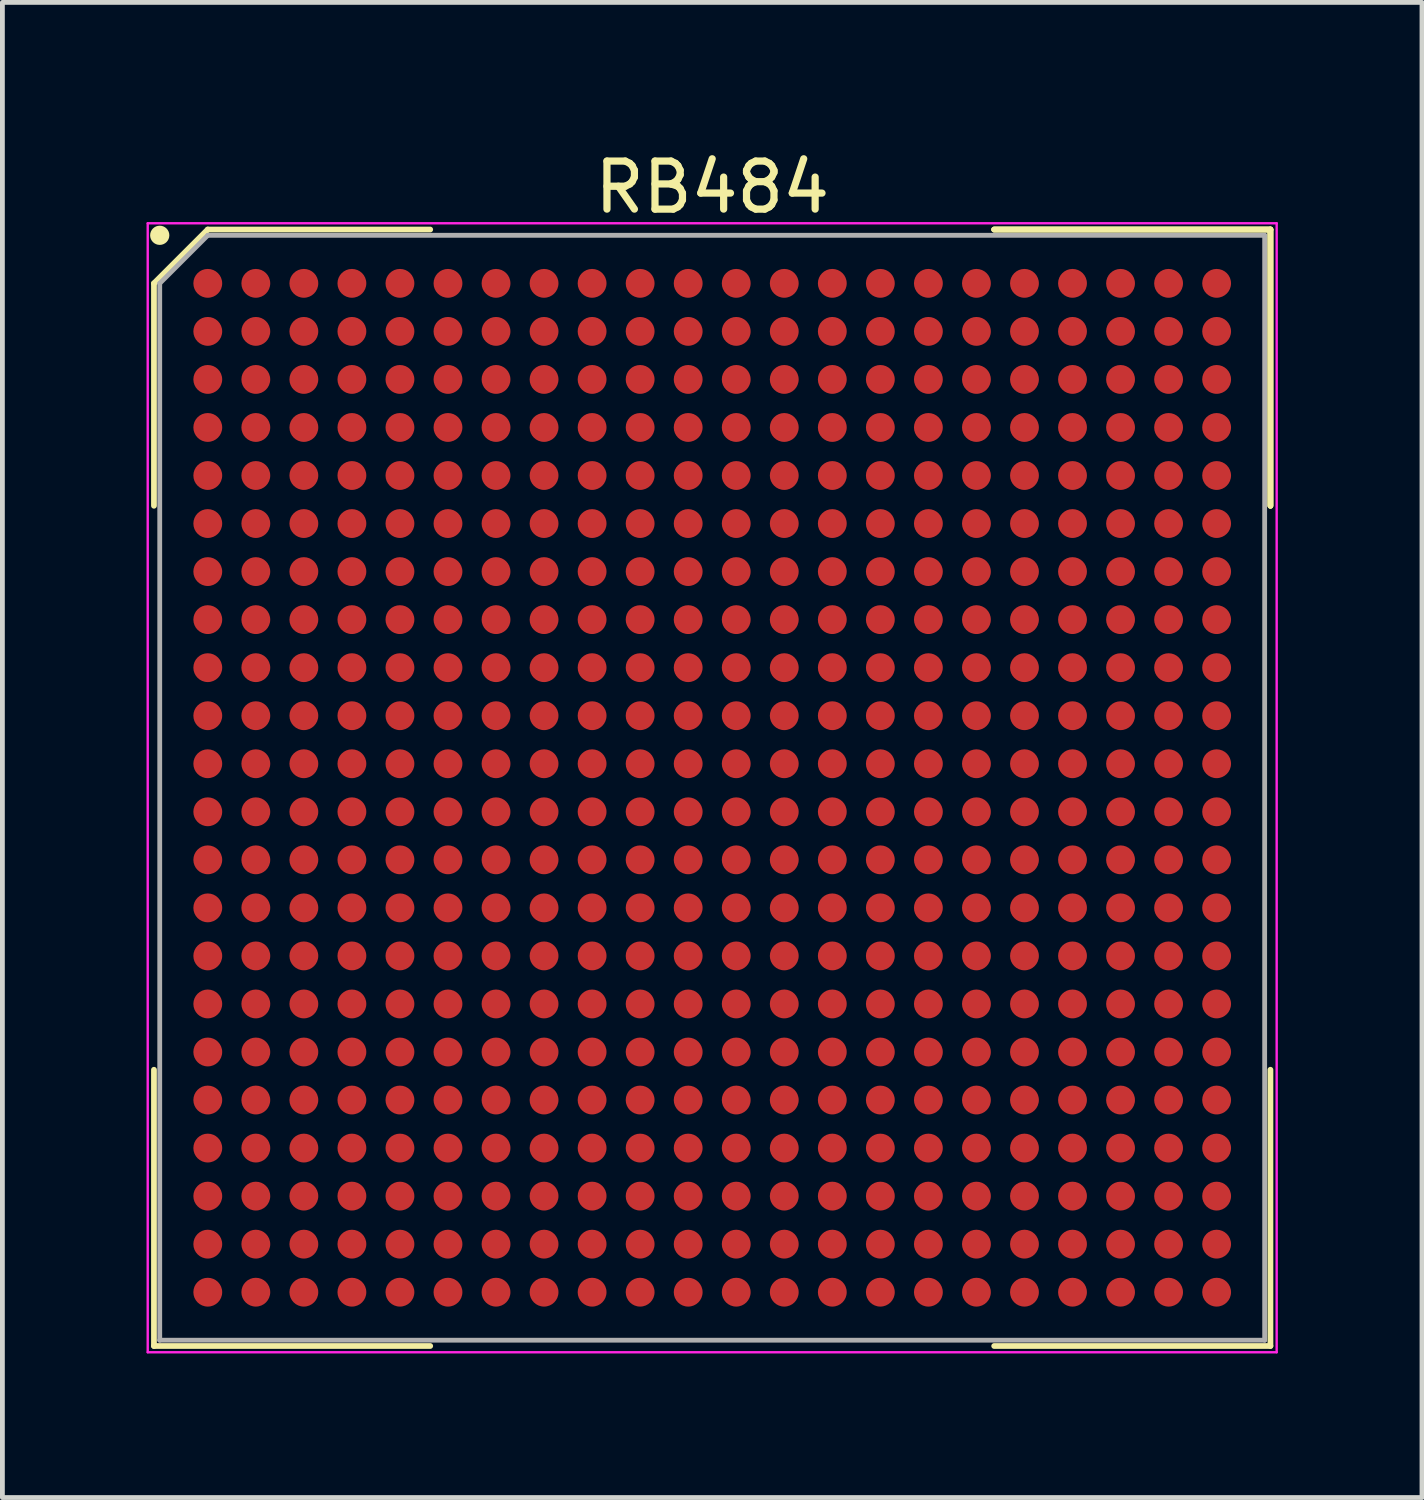
<source format=kicad_pcb>
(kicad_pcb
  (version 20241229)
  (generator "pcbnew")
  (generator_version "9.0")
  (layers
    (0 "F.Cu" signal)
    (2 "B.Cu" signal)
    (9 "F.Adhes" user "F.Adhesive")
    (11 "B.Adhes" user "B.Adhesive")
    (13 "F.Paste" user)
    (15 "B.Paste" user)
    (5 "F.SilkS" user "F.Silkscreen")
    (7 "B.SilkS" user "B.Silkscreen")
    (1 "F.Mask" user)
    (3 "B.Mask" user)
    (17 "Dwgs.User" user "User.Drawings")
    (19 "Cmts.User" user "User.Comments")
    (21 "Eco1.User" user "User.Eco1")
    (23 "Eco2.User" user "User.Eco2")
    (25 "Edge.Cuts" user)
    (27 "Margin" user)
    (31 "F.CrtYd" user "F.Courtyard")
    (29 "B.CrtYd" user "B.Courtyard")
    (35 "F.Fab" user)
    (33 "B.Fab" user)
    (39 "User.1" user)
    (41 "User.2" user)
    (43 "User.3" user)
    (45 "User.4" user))
  (footprint "RB484"
    (layer "F.Cu")
    (at 11.775 13.348)
    (property "Reference" "RB484" (at 0 -12.5 0) (layer "F.SilkS") (effects (font (size 1 1) (thickness 0.15))))
    (attr smd)
    (fp_line (start -11.62 -10.5) (end -11.62 -5.87) (stroke (width 0.12) (type solid)) (layer "F.SilkS"))
    (fp_line (start -11.62 11.62) (end -11.62 5.87) (stroke (width 0.12) (type solid)) (layer "F.SilkS"))
    (fp_line (start -10.5 -11.62) (end -11.62 -10.5) (stroke (width 0.12) (type solid)) (layer "F.SilkS"))
    (fp_line (start -5.87 -11.62) (end -10.5 -11.62) (stroke (width 0.12) (type solid)) (layer "F.SilkS"))
    (fp_line (start -5.87 11.62) (end -11.62 11.62) (stroke (width 0.12) (type solid)) (layer "F.SilkS"))
    (fp_line (start 5.87 -11.62) (end 11.62 -11.62) (stroke (width 0.12) (type solid)) (layer "F.SilkS"))
    (fp_line (start 5.87 -11.62) (end 11.62 -11.62) (stroke (width 0.12) (type solid)) (layer "F.SilkS"))
    (fp_line (start 5.87 -11.62) (end 11.62 -11.62) (stroke (width 0.12) (type solid)) (layer "F.SilkS"))
    (fp_line (start 5.87 11.62) (end 11.62 11.62) (stroke (width 0.12) (type solid)) (layer "F.SilkS"))
    (fp_line (start 11.62 -11.62) (end 11.62 -5.87) (stroke (width 0.12) (type solid)) (layer "F.SilkS"))
    (fp_line (start 11.62 -11.62) (end 11.62 -5.87) (stroke (width 0.12) (type solid)) (layer "F.SilkS"))
    (fp_line (start 11.62 -11.62) (end 11.62 -5.87) (stroke (width 0.12) (type solid)) (layer "F.SilkS"))
    (fp_line (start 11.62 11.62) (end 11.62 5.87) (stroke (width 0.12) (type solid)) (layer "F.SilkS"))
    (fp_circle (center -11.5 -11.5) (end -11.5 -11.4) (stroke (width 0.2) (type solid)) (fill no) (layer "F.SilkS"))
    (fp_line (start -11.75 -11.75) (end 11.75 -11.75) (stroke (width 0.05) (type solid)) (layer "F.CrtYd"))
    (fp_line (start -11.75 11.75) (end -11.75 -11.75) (stroke (width 0.05) (type solid)) (layer "F.CrtYd"))
    (fp_line (start 11.75 -11.75) (end 11.75 11.75) (stroke (width 0.05) (type solid)) (layer "F.CrtYd"))
    (fp_line (start 11.75 11.75) (end -11.75 11.75) (stroke (width 0.05) (type solid)) (layer "F.CrtYd"))
    (fp_line (start -11.5 -10.5) (end -11.5 11.5) (stroke (width 0.1) (type solid)) (layer "F.Fab"))
    (fp_line (start -11.5 11.5) (end 11.5 11.5) (stroke (width 0.1) (type solid)) (layer "F.Fab"))
    (fp_line (start -10.5 -11.5) (end -11.5 -10.5) (stroke (width 0.1) (type solid)) (layer "F.Fab"))
    (fp_line (start 11.5 -11.5) (end -10.5 -11.5) (stroke (width 0.1) (type solid)) (layer "F.Fab"))
    (fp_line (start 11.5 11.5) (end 11.5 -11.5) (stroke (width 0.1) (type solid)) (layer "F.Fab"))
    (pad "A1" smd circle (at -10.5 -10.5) (size 0.6 0.6) (layers "F.Cu" "F.Mask" "F.Paste"))
    (pad "A2" smd circle (at -9.5 -10.5) (size 0.6 0.6) (layers "F.Cu" "F.Mask" "F.Paste"))
    (pad "A3" smd circle (at -8.5 -10.5) (size 0.6 0.6) (layers "F.Cu" "F.Mask" "F.Paste"))
    (pad "A4" smd circle (at -7.5 -10.5) (size 0.6 0.6) (layers "F.Cu" "F.Mask" "F.Paste"))
    (pad "A5" smd circle (at -6.5 -10.5) (size 0.6 0.6) (layers "F.Cu" "F.Mask" "F.Paste"))
    (pad "A6" smd circle (at -5.5 -10.5) (size 0.6 0.6) (layers "F.Cu" "F.Mask" "F.Paste"))
    (pad "A7" smd circle (at -4.5 -10.5) (size 0.6 0.6) (layers "F.Cu" "F.Mask" "F.Paste"))
    (pad "A8" smd circle (at -3.5 -10.5) (size 0.6 0.6) (layers "F.Cu" "F.Mask" "F.Paste"))
    (pad "A9" smd circle (at -2.5 -10.5) (size 0.6 0.6) (layers "F.Cu" "F.Mask" "F.Paste"))
    (pad "A10" smd circle (at -1.5 -10.5) (size 0.6 0.6) (layers "F.Cu" "F.Mask" "F.Paste"))
    (pad "A11" smd circle (at -0.5 -10.5) (size 0.6 0.6) (layers "F.Cu" "F.Mask" "F.Paste"))
    (pad "A12" smd circle (at 0.5 -10.5) (size 0.6 0.6) (layers "F.Cu" "F.Mask" "F.Paste"))
    (pad "A13" smd circle (at 1.5 -10.5) (size 0.6 0.6) (layers "F.Cu" "F.Mask" "F.Paste"))
    (pad "A14" smd circle (at 2.5 -10.5) (size 0.6 0.6) (layers "F.Cu" "F.Mask" "F.Paste"))
    (pad "A15" smd circle (at 3.5 -10.5) (size 0.6 0.6) (layers "F.Cu" "F.Mask" "F.Paste"))
    (pad "A16" smd circle (at 4.5 -10.5) (size 0.6 0.6) (layers "F.Cu" "F.Mask" "F.Paste"))
    (pad "A17" smd circle (at 5.5 -10.5) (size 0.6 0.6) (layers "F.Cu" "F.Mask" "F.Paste"))
    (pad "A18" smd circle (at 6.5 -10.5) (size 0.6 0.6) (layers "F.Cu" "F.Mask" "F.Paste"))
    (pad "A19" smd circle (at 7.5 -10.5) (size 0.6 0.6) (layers "F.Cu" "F.Mask" "F.Paste"))
    (pad "A20" smd circle (at 8.5 -10.5) (size 0.6 0.6) (layers "F.Cu" "F.Mask" "F.Paste"))
    (pad "A21" smd circle (at 9.5 -10.5) (size 0.6 0.6) (layers "F.Cu" "F.Mask" "F.Paste"))
    (pad "A22" smd circle (at 10.5 -10.5) (size 0.6 0.6) (layers "F.Cu" "F.Mask" "F.Paste"))
    (pad "AA1" smd circle (at -10.5 9.5) (size 0.6 0.6) (layers "F.Cu" "F.Mask" "F.Paste"))
    (pad "AA2" smd circle (at -9.5 9.5) (size 0.6 0.6) (layers "F.Cu" "F.Mask" "F.Paste"))
    (pad "AA3" smd circle (at -8.5 9.5) (size 0.6 0.6) (layers "F.Cu" "F.Mask" "F.Paste"))
    (pad "AA4" smd circle (at -7.5 9.5) (size 0.6 0.6) (layers "F.Cu" "F.Mask" "F.Paste"))
    (pad "AA5" smd circle (at -6.5 9.5) (size 0.6 0.6) (layers "F.Cu" "F.Mask" "F.Paste"))
    (pad "AA6" smd circle (at -5.5 9.5) (size 0.6 0.6) (layers "F.Cu" "F.Mask" "F.Paste"))
    (pad "AA7" smd circle (at -4.5 9.5) (size 0.6 0.6) (layers "F.Cu" "F.Mask" "F.Paste"))
    (pad "AA8" smd circle (at -3.5 9.5) (size 0.6 0.6) (layers "F.Cu" "F.Mask" "F.Paste"))
    (pad "AA9" smd circle (at -2.5 9.5) (size 0.6 0.6) (layers "F.Cu" "F.Mask" "F.Paste"))
    (pad "AA10" smd circle (at -1.5 9.5) (size 0.6 0.6) (layers "F.Cu" "F.Mask" "F.Paste"))
    (pad "AA11" smd circle (at -0.5 9.5) (size 0.6 0.6) (layers "F.Cu" "F.Mask" "F.Paste"))
    (pad "AA12" smd circle (at 0.5 9.5) (size 0.6 0.6) (layers "F.Cu" "F.Mask" "F.Paste"))
    (pad "AA13" smd circle (at 1.5 9.5) (size 0.6 0.6) (layers "F.Cu" "F.Mask" "F.Paste"))
    (pad "AA14" smd circle (at 2.5 9.5) (size 0.6 0.6) (layers "F.Cu" "F.Mask" "F.Paste"))
    (pad "AA15" smd circle (at 3.5 9.5) (size 0.6 0.6) (layers "F.Cu" "F.Mask" "F.Paste"))
    (pad "AA16" smd circle (at 4.5 9.5) (size 0.6 0.6) (layers "F.Cu" "F.Mask" "F.Paste"))
    (pad "AA17" smd circle (at 5.5 9.5) (size 0.6 0.6) (layers "F.Cu" "F.Mask" "F.Paste"))
    (pad "AA18" smd circle (at 6.5 9.5) (size 0.6 0.6) (layers "F.Cu" "F.Mask" "F.Paste"))
    (pad "AA19" smd circle (at 7.5 9.5) (size 0.6 0.6) (layers "F.Cu" "F.Mask" "F.Paste"))
    (pad "AA20" smd circle (at 8.5 9.5) (size 0.6 0.6) (layers "F.Cu" "F.Mask" "F.Paste"))
    (pad "AA21" smd circle (at 9.5 9.5) (size 0.6 0.6) (layers "F.Cu" "F.Mask" "F.Paste"))
    (pad "AA22" smd circle (at 10.5 9.5) (size 0.6 0.6) (layers "F.Cu" "F.Mask" "F.Paste"))
    (pad "AB1" smd circle (at -10.5 10.5) (size 0.6 0.6) (layers "F.Cu" "F.Mask" "F.Paste"))
    (pad "AB2" smd circle (at -9.5 10.5) (size 0.6 0.6) (layers "F.Cu" "F.Mask" "F.Paste"))
    (pad "AB3" smd circle (at -8.5 10.5) (size 0.6 0.6) (layers "F.Cu" "F.Mask" "F.Paste"))
    (pad "AB4" smd circle (at -7.5 10.5) (size 0.6 0.6) (layers "F.Cu" "F.Mask" "F.Paste"))
    (pad "AB5" smd circle (at -6.5 10.5) (size 0.6 0.6) (layers "F.Cu" "F.Mask" "F.Paste"))
    (pad "AB6" smd circle (at -5.5 10.5) (size 0.6 0.6) (layers "F.Cu" "F.Mask" "F.Paste"))
    (pad "AB7" smd circle (at -4.5 10.5) (size 0.6 0.6) (layers "F.Cu" "F.Mask" "F.Paste"))
    (pad "AB8" smd circle (at -3.5 10.5) (size 0.6 0.6) (layers "F.Cu" "F.Mask" "F.Paste"))
    (pad "AB9" smd circle (at -2.5 10.5) (size 0.6 0.6) (layers "F.Cu" "F.Mask" "F.Paste"))
    (pad "AB10" smd circle (at -1.5 10.5) (size 0.6 0.6) (layers "F.Cu" "F.Mask" "F.Paste"))
    (pad "AB11" smd circle (at -0.5 10.5) (size 0.6 0.6) (layers "F.Cu" "F.Mask" "F.Paste"))
    (pad "AB12" smd circle (at 0.5 10.5) (size 0.6 0.6) (layers "F.Cu" "F.Mask" "F.Paste"))
    (pad "AB13" smd circle (at 1.5 10.5) (size 0.6 0.6) (layers "F.Cu" "F.Mask" "F.Paste"))
    (pad "AB14" smd circle (at 2.5 10.5) (size 0.6 0.6) (layers "F.Cu" "F.Mask" "F.Paste"))
    (pad "AB15" smd circle (at 3.5 10.5) (size 0.6 0.6) (layers "F.Cu" "F.Mask" "F.Paste"))
    (pad "AB16" smd circle (at 4.5 10.5) (size 0.6 0.6) (layers "F.Cu" "F.Mask" "F.Paste"))
    (pad "AB17" smd circle (at 5.5 10.5) (size 0.6 0.6) (layers "F.Cu" "F.Mask" "F.Paste"))
    (pad "AB18" smd circle (at 6.5 10.5) (size 0.6 0.6) (layers "F.Cu" "F.Mask" "F.Paste"))
    (pad "AB19" smd circle (at 7.5 10.5) (size 0.6 0.6) (layers "F.Cu" "F.Mask" "F.Paste"))
    (pad "AB20" smd circle (at 8.5 10.5) (size 0.6 0.6) (layers "F.Cu" "F.Mask" "F.Paste"))
    (pad "AB21" smd circle (at 9.5 10.5) (size 0.6 0.6) (layers "F.Cu" "F.Mask" "F.Paste"))
    (pad "AB22" smd circle (at 10.5 10.5) (size 0.6 0.6) (layers "F.Cu" "F.Mask" "F.Paste"))
    (pad "B1" smd circle (at -10.5 -9.5) (size 0.6 0.6) (layers "F.Cu" "F.Mask" "F.Paste"))
    (pad "B2" smd circle (at -9.5 -9.5) (size 0.6 0.6) (layers "F.Cu" "F.Mask" "F.Paste"))
    (pad "B3" smd circle (at -8.5 -9.5) (size 0.6 0.6) (layers "F.Cu" "F.Mask" "F.Paste"))
    (pad "B4" smd circle (at -7.5 -9.5) (size 0.6 0.6) (layers "F.Cu" "F.Mask" "F.Paste"))
    (pad "B5" smd circle (at -6.5 -9.5) (size 0.6 0.6) (layers "F.Cu" "F.Mask" "F.Paste"))
    (pad "B6" smd circle (at -5.5 -9.5) (size 0.6 0.6) (layers "F.Cu" "F.Mask" "F.Paste"))
    (pad "B7" smd circle (at -4.5 -9.5) (size 0.6 0.6) (layers "F.Cu" "F.Mask" "F.Paste"))
    (pad "B8" smd circle (at -3.5 -9.5) (size 0.6 0.6) (layers "F.Cu" "F.Mask" "F.Paste"))
    (pad "B9" smd circle (at -2.5 -9.5) (size 0.6 0.6) (layers "F.Cu" "F.Mask" "F.Paste"))
    (pad "B10" smd circle (at -1.5 -9.5) (size 0.6 0.6) (layers "F.Cu" "F.Mask" "F.Paste"))
    (pad "B11" smd circle (at -0.5 -9.5) (size 0.6 0.6) (layers "F.Cu" "F.Mask" "F.Paste"))
    (pad "B12" smd circle (at 0.5 -9.5) (size 0.6 0.6) (layers "F.Cu" "F.Mask" "F.Paste"))
    (pad "B13" smd circle (at 1.5 -9.5) (size 0.6 0.6) (layers "F.Cu" "F.Mask" "F.Paste"))
    (pad "B14" smd circle (at 2.5 -9.5) (size 0.6 0.6) (layers "F.Cu" "F.Mask" "F.Paste"))
    (pad "B15" smd circle (at 3.5 -9.5) (size 0.6 0.6) (layers "F.Cu" "F.Mask" "F.Paste"))
    (pad "B16" smd circle (at 4.5 -9.5) (size 0.6 0.6) (layers "F.Cu" "F.Mask" "F.Paste"))
    (pad "B17" smd circle (at 5.5 -9.5) (size 0.6 0.6) (layers "F.Cu" "F.Mask" "F.Paste"))
    (pad "B18" smd circle (at 6.5 -9.5) (size 0.6 0.6) (layers "F.Cu" "F.Mask" "F.Paste"))
    (pad "B19" smd circle (at 7.5 -9.5) (size 0.6 0.6) (layers "F.Cu" "F.Mask" "F.Paste"))
    (pad "B20" smd circle (at 8.5 -9.5) (size 0.6 0.6) (layers "F.Cu" "F.Mask" "F.Paste"))
    (pad "B21" smd circle (at 9.5 -9.5) (size 0.6 0.6) (layers "F.Cu" "F.Mask" "F.Paste"))
    (pad "B22" smd circle (at 10.5 -9.5) (size 0.6 0.6) (layers "F.Cu" "F.Mask" "F.Paste"))
    (pad "C1" smd circle (at -10.5 -8.5) (size 0.6 0.6) (layers "F.Cu" "F.Mask" "F.Paste"))
    (pad "C2" smd circle (at -9.5 -8.5) (size 0.6 0.6) (layers "F.Cu" "F.Mask" "F.Paste"))
    (pad "C3" smd circle (at -8.5 -8.5) (size 0.6 0.6) (layers "F.Cu" "F.Mask" "F.Paste"))
    (pad "C4" smd circle (at -7.5 -8.5) (size 0.6 0.6) (layers "F.Cu" "F.Mask" "F.Paste"))
    (pad "C5" smd circle (at -6.5 -8.5) (size 0.6 0.6) (layers "F.Cu" "F.Mask" "F.Paste"))
    (pad "C6" smd circle (at -5.5 -8.5) (size 0.6 0.6) (layers "F.Cu" "F.Mask" "F.Paste"))
    (pad "C7" smd circle (at -4.5 -8.5) (size 0.6 0.6) (layers "F.Cu" "F.Mask" "F.Paste"))
    (pad "C8" smd circle (at -3.5 -8.5) (size 0.6 0.6) (layers "F.Cu" "F.Mask" "F.Paste"))
    (pad "C9" smd circle (at -2.5 -8.5) (size 0.6 0.6) (layers "F.Cu" "F.Mask" "F.Paste"))
    (pad "C10" smd circle (at -1.5 -8.5) (size 0.6 0.6) (layers "F.Cu" "F.Mask" "F.Paste"))
    (pad "C11" smd circle (at -0.5 -8.5) (size 0.6 0.6) (layers "F.Cu" "F.Mask" "F.Paste"))
    (pad "C12" smd circle (at 0.5 -8.5) (size 0.6 0.6) (layers "F.Cu" "F.Mask" "F.Paste"))
    (pad "C13" smd circle (at 1.5 -8.5) (size 0.6 0.6) (layers "F.Cu" "F.Mask" "F.Paste"))
    (pad "C14" smd circle (at 2.5 -8.5) (size 0.6 0.6) (layers "F.Cu" "F.Mask" "F.Paste"))
    (pad "C15" smd circle (at 3.5 -8.5) (size 0.6 0.6) (layers "F.Cu" "F.Mask" "F.Paste"))
    (pad "C16" smd circle (at 4.5 -8.5) (size 0.6 0.6) (layers "F.Cu" "F.Mask" "F.Paste"))
    (pad "C17" smd circle (at 5.5 -8.5) (size 0.6 0.6) (layers "F.Cu" "F.Mask" "F.Paste"))
    (pad "C18" smd circle (at 6.5 -8.5) (size 0.6 0.6) (layers "F.Cu" "F.Mask" "F.Paste"))
    (pad "C19" smd circle (at 7.5 -8.5) (size 0.6 0.6) (layers "F.Cu" "F.Mask" "F.Paste"))
    (pad "C20" smd circle (at 8.5 -8.5) (size 0.6 0.6) (layers "F.Cu" "F.Mask" "F.Paste"))
    (pad "C21" smd circle (at 9.5 -8.5) (size 0.6 0.6) (layers "F.Cu" "F.Mask" "F.Paste"))
    (pad "C22" smd circle (at 10.5 -8.5) (size 0.6 0.6) (layers "F.Cu" "F.Mask" "F.Paste"))
    (pad "D1" smd circle (at -10.5 -7.5) (size 0.6 0.6) (layers "F.Cu" "F.Mask" "F.Paste"))
    (pad "D2" smd circle (at -9.5 -7.5) (size 0.6 0.6) (layers "F.Cu" "F.Mask" "F.Paste"))
    (pad "D3" smd circle (at -8.5 -7.5) (size 0.6 0.6) (layers "F.Cu" "F.Mask" "F.Paste"))
    (pad "D4" smd circle (at -7.5 -7.5) (size 0.6 0.6) (layers "F.Cu" "F.Mask" "F.Paste"))
    (pad "D5" smd circle (at -6.5 -7.5) (size 0.6 0.6) (layers "F.Cu" "F.Mask" "F.Paste"))
    (pad "D6" smd circle (at -5.5 -7.5) (size 0.6 0.6) (layers "F.Cu" "F.Mask" "F.Paste"))
    (pad "D7" smd circle (at -4.5 -7.5) (size 0.6 0.6) (layers "F.Cu" "F.Mask" "F.Paste"))
    (pad "D8" smd circle (at -3.5 -7.5) (size 0.6 0.6) (layers "F.Cu" "F.Mask" "F.Paste"))
    (pad "D9" smd circle (at -2.5 -7.5) (size 0.6 0.6) (layers "F.Cu" "F.Mask" "F.Paste"))
    (pad "D10" smd circle (at -1.5 -7.5) (size 0.6 0.6) (layers "F.Cu" "F.Mask" "F.Paste"))
    (pad "D11" smd circle (at -0.5 -7.5) (size 0.6 0.6) (layers "F.Cu" "F.Mask" "F.Paste"))
    (pad "D12" smd circle (at 0.5 -7.5) (size 0.6 0.6) (layers "F.Cu" "F.Mask" "F.Paste"))
    (pad "D13" smd circle (at 1.5 -7.5) (size 0.6 0.6) (layers "F.Cu" "F.Mask" "F.Paste"))
    (pad "D14" smd circle (at 2.5 -7.5) (size 0.6 0.6) (layers "F.Cu" "F.Mask" "F.Paste"))
    (pad "D15" smd circle (at 3.5 -7.5) (size 0.6 0.6) (layers "F.Cu" "F.Mask" "F.Paste"))
    (pad "D16" smd circle (at 4.5 -7.5) (size 0.6 0.6) (layers "F.Cu" "F.Mask" "F.Paste"))
    (pad "D17" smd circle (at 5.5 -7.5) (size 0.6 0.6) (layers "F.Cu" "F.Mask" "F.Paste"))
    (pad "D18" smd circle (at 6.5 -7.5) (size 0.6 0.6) (layers "F.Cu" "F.Mask" "F.Paste"))
    (pad "D19" smd circle (at 7.5 -7.5) (size 0.6 0.6) (layers "F.Cu" "F.Mask" "F.Paste"))
    (pad "D20" smd circle (at 8.5 -7.5) (size 0.6 0.6) (layers "F.Cu" "F.Mask" "F.Paste"))
    (pad "D21" smd circle (at 9.5 -7.5) (size 0.6 0.6) (layers "F.Cu" "F.Mask" "F.Paste"))
    (pad "D22" smd circle (at 10.5 -7.5) (size 0.6 0.6) (layers "F.Cu" "F.Mask" "F.Paste"))
    (pad "E1" smd circle (at -10.5 -6.5) (size 0.6 0.6) (layers "F.Cu" "F.Mask" "F.Paste"))
    (pad "E2" smd circle (at -9.5 -6.5) (size 0.6 0.6) (layers "F.Cu" "F.Mask" "F.Paste"))
    (pad "E3" smd circle (at -8.5 -6.5) (size 0.6 0.6) (layers "F.Cu" "F.Mask" "F.Paste"))
    (pad "E4" smd circle (at -7.5 -6.5) (size 0.6 0.6) (layers "F.Cu" "F.Mask" "F.Paste"))
    (pad "E5" smd circle (at -6.5 -6.5) (size 0.6 0.6) (layers "F.Cu" "F.Mask" "F.Paste"))
    (pad "E6" smd circle (at -5.5 -6.5) (size 0.6 0.6) (layers "F.Cu" "F.Mask" "F.Paste"))
    (pad "E7" smd circle (at -4.5 -6.5) (size 0.6 0.6) (layers "F.Cu" "F.Mask" "F.Paste"))
    (pad "E8" smd circle (at -3.5 -6.5) (size 0.6 0.6) (layers "F.Cu" "F.Mask" "F.Paste"))
    (pad "E9" smd circle (at -2.5 -6.5) (size 0.6 0.6) (layers "F.Cu" "F.Mask" "F.Paste"))
    (pad "E10" smd circle (at -1.5 -6.5) (size 0.6 0.6) (layers "F.Cu" "F.Mask" "F.Paste"))
    (pad "E11" smd circle (at -0.5 -6.5) (size 0.6 0.6) (layers "F.Cu" "F.Mask" "F.Paste"))
    (pad "E12" smd circle (at 0.5 -6.5) (size 0.6 0.6) (layers "F.Cu" "F.Mask" "F.Paste"))
    (pad "E13" smd circle (at 1.5 -6.5) (size 0.6 0.6) (layers "F.Cu" "F.Mask" "F.Paste"))
    (pad "E14" smd circle (at 2.5 -6.5) (size 0.6 0.6) (layers "F.Cu" "F.Mask" "F.Paste"))
    (pad "E15" smd circle (at 3.5 -6.5) (size 0.6 0.6) (layers "F.Cu" "F.Mask" "F.Paste"))
    (pad "E16" smd circle (at 4.5 -6.5) (size 0.6 0.6) (layers "F.Cu" "F.Mask" "F.Paste"))
    (pad "E17" smd circle (at 5.5 -6.5) (size 0.6 0.6) (layers "F.Cu" "F.Mask" "F.Paste"))
    (pad "E18" smd circle (at 6.5 -6.5) (size 0.6 0.6) (layers "F.Cu" "F.Mask" "F.Paste"))
    (pad "E19" smd circle (at 7.5 -6.5) (size 0.6 0.6) (layers "F.Cu" "F.Mask" "F.Paste"))
    (pad "E20" smd circle (at 8.5 -6.5) (size 0.6 0.6) (layers "F.Cu" "F.Mask" "F.Paste"))
    (pad "E21" smd circle (at 9.5 -6.5) (size 0.6 0.6) (layers "F.Cu" "F.Mask" "F.Paste"))
    (pad "E22" smd circle (at 10.5 -6.5) (size 0.6 0.6) (layers "F.Cu" "F.Mask" "F.Paste"))
    (pad "F1" smd circle (at -10.5 -5.5) (size 0.6 0.6) (layers "F.Cu" "F.Mask" "F.Paste"))
    (pad "F2" smd circle (at -9.5 -5.5) (size 0.6 0.6) (layers "F.Cu" "F.Mask" "F.Paste"))
    (pad "F3" smd circle (at -8.5 -5.5) (size 0.6 0.6) (layers "F.Cu" "F.Mask" "F.Paste"))
    (pad "F4" smd circle (at -7.5 -5.5) (size 0.6 0.6) (layers "F.Cu" "F.Mask" "F.Paste"))
    (pad "F5" smd circle (at -6.5 -5.5) (size 0.6 0.6) (layers "F.Cu" "F.Mask" "F.Paste"))
    (pad "F6" smd circle (at -5.5 -5.5) (size 0.6 0.6) (layers "F.Cu" "F.Mask" "F.Paste"))
    (pad "F7" smd circle (at -4.5 -5.5) (size 0.6 0.6) (layers "F.Cu" "F.Mask" "F.Paste"))
    (pad "F8" smd circle (at -3.5 -5.5) (size 0.6 0.6) (layers "F.Cu" "F.Mask" "F.Paste"))
    (pad "F9" smd circle (at -2.5 -5.5) (size 0.6 0.6) (layers "F.Cu" "F.Mask" "F.Paste"))
    (pad "F10" smd circle (at -1.5 -5.5) (size 0.6 0.6) (layers "F.Cu" "F.Mask" "F.Paste"))
    (pad "F11" smd circle (at -0.5 -5.5) (size 0.6 0.6) (layers "F.Cu" "F.Mask" "F.Paste"))
    (pad "F12" smd circle (at 0.5 -5.5) (size 0.6 0.6) (layers "F.Cu" "F.Mask" "F.Paste"))
    (pad "F13" smd circle (at 1.5 -5.5) (size 0.6 0.6) (layers "F.Cu" "F.Mask" "F.Paste"))
    (pad "F14" smd circle (at 2.5 -5.5) (size 0.6 0.6) (layers "F.Cu" "F.Mask" "F.Paste"))
    (pad "F15" smd circle (at 3.5 -5.5) (size 0.6 0.6) (layers "F.Cu" "F.Mask" "F.Paste"))
    (pad "F16" smd circle (at 4.5 -5.5) (size 0.6 0.6) (layers "F.Cu" "F.Mask" "F.Paste"))
    (pad "F17" smd circle (at 5.5 -5.5) (size 0.6 0.6) (layers "F.Cu" "F.Mask" "F.Paste"))
    (pad "F18" smd circle (at 6.5 -5.5) (size 0.6 0.6) (layers "F.Cu" "F.Mask" "F.Paste"))
    (pad "F19" smd circle (at 7.5 -5.5) (size 0.6 0.6) (layers "F.Cu" "F.Mask" "F.Paste"))
    (pad "F20" smd circle (at 8.5 -5.5) (size 0.6 0.6) (layers "F.Cu" "F.Mask" "F.Paste"))
    (pad "F21" smd circle (at 9.5 -5.5) (size 0.6 0.6) (layers "F.Cu" "F.Mask" "F.Paste"))
    (pad "F22" smd circle (at 10.5 -5.5) (size 0.6 0.6) (layers "F.Cu" "F.Mask" "F.Paste"))
    (pad "G1" smd circle (at -10.5 -4.5) (size 0.6 0.6) (layers "F.Cu" "F.Mask" "F.Paste"))
    (pad "G2" smd circle (at -9.5 -4.5) (size 0.6 0.6) (layers "F.Cu" "F.Mask" "F.Paste"))
    (pad "G3" smd circle (at -8.5 -4.5) (size 0.6 0.6) (layers "F.Cu" "F.Mask" "F.Paste"))
    (pad "G4" smd circle (at -7.5 -4.5) (size 0.6 0.6) (layers "F.Cu" "F.Mask" "F.Paste"))
    (pad "G5" smd circle (at -6.5 -4.5) (size 0.6 0.6) (layers "F.Cu" "F.Mask" "F.Paste"))
    (pad "G6" smd circle (at -5.5 -4.5) (size 0.6 0.6) (layers "F.Cu" "F.Mask" "F.Paste"))
    (pad "G7" smd circle (at -4.5 -4.5) (size 0.6 0.6) (layers "F.Cu" "F.Mask" "F.Paste"))
    (pad "G8" smd circle (at -3.5 -4.5) (size 0.6 0.6) (layers "F.Cu" "F.Mask" "F.Paste"))
    (pad "G9" smd circle (at -2.5 -4.5) (size 0.6 0.6) (layers "F.Cu" "F.Mask" "F.Paste"))
    (pad "G10" smd circle (at -1.5 -4.5) (size 0.6 0.6) (layers "F.Cu" "F.Mask" "F.Paste"))
    (pad "G11" smd circle (at -0.5 -4.5) (size 0.6 0.6) (layers "F.Cu" "F.Mask" "F.Paste"))
    (pad "G12" smd circle (at 0.5 -4.5) (size 0.6 0.6) (layers "F.Cu" "F.Mask" "F.Paste"))
    (pad "G13" smd circle (at 1.5 -4.5) (size 0.6 0.6) (layers "F.Cu" "F.Mask" "F.Paste"))
    (pad "G14" smd circle (at 2.5 -4.5) (size 0.6 0.6) (layers "F.Cu" "F.Mask" "F.Paste"))
    (pad "G15" smd circle (at 3.5 -4.5) (size 0.6 0.6) (layers "F.Cu" "F.Mask" "F.Paste"))
    (pad "G16" smd circle (at 4.5 -4.5) (size 0.6 0.6) (layers "F.Cu" "F.Mask" "F.Paste"))
    (pad "G17" smd circle (at 5.5 -4.5) (size 0.6 0.6) (layers "F.Cu" "F.Mask" "F.Paste"))
    (pad "G18" smd circle (at 6.5 -4.5) (size 0.6 0.6) (layers "F.Cu" "F.Mask" "F.Paste"))
    (pad "G19" smd circle (at 7.5 -4.5) (size 0.6 0.6) (layers "F.Cu" "F.Mask" "F.Paste"))
    (pad "G20" smd circle (at 8.5 -4.5) (size 0.6 0.6) (layers "F.Cu" "F.Mask" "F.Paste"))
    (pad "G21" smd circle (at 9.5 -4.5) (size 0.6 0.6) (layers "F.Cu" "F.Mask" "F.Paste"))
    (pad "G22" smd circle (at 10.5 -4.5) (size 0.6 0.6) (layers "F.Cu" "F.Mask" "F.Paste"))
    (pad "H1" smd circle (at -10.5 -3.5) (size 0.6 0.6) (layers "F.Cu" "F.Mask" "F.Paste"))
    (pad "H2" smd circle (at -9.5 -3.5) (size 0.6 0.6) (layers "F.Cu" "F.Mask" "F.Paste"))
    (pad "H3" smd circle (at -8.5 -3.5) (size 0.6 0.6) (layers "F.Cu" "F.Mask" "F.Paste"))
    (pad "H4" smd circle (at -7.5 -3.5) (size 0.6 0.6) (layers "F.Cu" "F.Mask" "F.Paste"))
    (pad "H5" smd circle (at -6.5 -3.5) (size 0.6 0.6) (layers "F.Cu" "F.Mask" "F.Paste"))
    (pad "H6" smd circle (at -5.5 -3.5) (size 0.6 0.6) (layers "F.Cu" "F.Mask" "F.Paste"))
    (pad "H7" smd circle (at -4.5 -3.5) (size 0.6 0.6) (layers "F.Cu" "F.Mask" "F.Paste"))
    (pad "H8" smd circle (at -3.5 -3.5) (size 0.6 0.6) (layers "F.Cu" "F.Mask" "F.Paste"))
    (pad "H9" smd circle (at -2.5 -3.5) (size 0.6 0.6) (layers "F.Cu" "F.Mask" "F.Paste"))
    (pad "H10" smd circle (at -1.5 -3.5) (size 0.6 0.6) (layers "F.Cu" "F.Mask" "F.Paste"))
    (pad "H11" smd circle (at -0.5 -3.5) (size 0.6 0.6) (layers "F.Cu" "F.Mask" "F.Paste"))
    (pad "H12" smd circle (at 0.5 -3.5) (size 0.6 0.6) (layers "F.Cu" "F.Mask" "F.Paste"))
    (pad "H13" smd circle (at 1.5 -3.5) (size 0.6 0.6) (layers "F.Cu" "F.Mask" "F.Paste"))
    (pad "H14" smd circle (at 2.5 -3.5) (size 0.6 0.6) (layers "F.Cu" "F.Mask" "F.Paste"))
    (pad "H15" smd circle (at 3.5 -3.5) (size 0.6 0.6) (layers "F.Cu" "F.Mask" "F.Paste"))
    (pad "H16" smd circle (at 4.5 -3.5) (size 0.6 0.6) (layers "F.Cu" "F.Mask" "F.Paste"))
    (pad "H17" smd circle (at 5.5 -3.5) (size 0.6 0.6) (layers "F.Cu" "F.Mask" "F.Paste"))
    (pad "H18" smd circle (at 6.5 -3.5) (size 0.6 0.6) (layers "F.Cu" "F.Mask" "F.Paste"))
    (pad "H19" smd circle (at 7.5 -3.5) (size 0.6 0.6) (layers "F.Cu" "F.Mask" "F.Paste"))
    (pad "H20" smd circle (at 8.5 -3.5) (size 0.6 0.6) (layers "F.Cu" "F.Mask" "F.Paste"))
    (pad "H21" smd circle (at 9.5 -3.5) (size 0.6 0.6) (layers "F.Cu" "F.Mask" "F.Paste"))
    (pad "H22" smd circle (at 10.5 -3.5) (size 0.6 0.6) (layers "F.Cu" "F.Mask" "F.Paste"))
    (pad "J1" smd circle (at -10.5 -2.5) (size 0.6 0.6) (layers "F.Cu" "F.Mask" "F.Paste"))
    (pad "J2" smd circle (at -9.5 -2.5) (size 0.6 0.6) (layers "F.Cu" "F.Mask" "F.Paste"))
    (pad "J3" smd circle (at -8.5 -2.5) (size 0.6 0.6) (layers "F.Cu" "F.Mask" "F.Paste"))
    (pad "J4" smd circle (at -7.5 -2.5) (size 0.6 0.6) (layers "F.Cu" "F.Mask" "F.Paste"))
    (pad "J5" smd circle (at -6.5 -2.5) (size 0.6 0.6) (layers "F.Cu" "F.Mask" "F.Paste"))
    (pad "J6" smd circle (at -5.5 -2.5) (size 0.6 0.6) (layers "F.Cu" "F.Mask" "F.Paste"))
    (pad "J7" smd circle (at -4.5 -2.5) (size 0.6 0.6) (layers "F.Cu" "F.Mask" "F.Paste"))
    (pad "J8" smd circle (at -3.5 -2.5) (size 0.6 0.6) (layers "F.Cu" "F.Mask" "F.Paste"))
    (pad "J9" smd circle (at -2.5 -2.5) (size 0.6 0.6) (layers "F.Cu" "F.Mask" "F.Paste"))
    (pad "J10" smd circle (at -1.5 -2.5) (size 0.6 0.6) (layers "F.Cu" "F.Mask" "F.Paste"))
    (pad "J11" smd circle (at -0.5 -2.5) (size 0.6 0.6) (layers "F.Cu" "F.Mask" "F.Paste"))
    (pad "J12" smd circle (at 0.5 -2.5) (size 0.6 0.6) (layers "F.Cu" "F.Mask" "F.Paste"))
    (pad "J13" smd circle (at 1.5 -2.5) (size 0.6 0.6) (layers "F.Cu" "F.Mask" "F.Paste"))
    (pad "J14" smd circle (at 2.5 -2.5) (size 0.6 0.6) (layers "F.Cu" "F.Mask" "F.Paste"))
    (pad "J15" smd circle (at 3.5 -2.5) (size 0.6 0.6) (layers "F.Cu" "F.Mask" "F.Paste"))
    (pad "J16" smd circle (at 4.5 -2.5) (size 0.6 0.6) (layers "F.Cu" "F.Mask" "F.Paste"))
    (pad "J17" smd circle (at 5.5 -2.5) (size 0.6 0.6) (layers "F.Cu" "F.Mask" "F.Paste"))
    (pad "J18" smd circle (at 6.5 -2.5) (size 0.6 0.6) (layers "F.Cu" "F.Mask" "F.Paste"))
    (pad "J19" smd circle (at 7.5 -2.5) (size 0.6 0.6) (layers "F.Cu" "F.Mask" "F.Paste"))
    (pad "J20" smd circle (at 8.5 -2.5) (size 0.6 0.6) (layers "F.Cu" "F.Mask" "F.Paste"))
    (pad "J21" smd circle (at 9.5 -2.5) (size 0.6 0.6) (layers "F.Cu" "F.Mask" "F.Paste"))
    (pad "J22" smd circle (at 10.5 -2.5) (size 0.6 0.6) (layers "F.Cu" "F.Mask" "F.Paste"))
    (pad "K1" smd circle (at -10.5 -1.5) (size 0.6 0.6) (layers "F.Cu" "F.Mask" "F.Paste"))
    (pad "K2" smd circle (at -9.5 -1.5) (size 0.6 0.6) (layers "F.Cu" "F.Mask" "F.Paste"))
    (pad "K3" smd circle (at -8.5 -1.5) (size 0.6 0.6) (layers "F.Cu" "F.Mask" "F.Paste"))
    (pad "K4" smd circle (at -7.5 -1.5) (size 0.6 0.6) (layers "F.Cu" "F.Mask" "F.Paste"))
    (pad "K5" smd circle (at -6.5 -1.5) (size 0.6 0.6) (layers "F.Cu" "F.Mask" "F.Paste"))
    (pad "K6" smd circle (at -5.5 -1.5) (size 0.6 0.6) (layers "F.Cu" "F.Mask" "F.Paste"))
    (pad "K7" smd circle (at -4.5 -1.5) (size 0.6 0.6) (layers "F.Cu" "F.Mask" "F.Paste"))
    (pad "K8" smd circle (at -3.5 -1.5) (size 0.6 0.6) (layers "F.Cu" "F.Mask" "F.Paste"))
    (pad "K9" smd circle (at -2.5 -1.5) (size 0.6 0.6) (layers "F.Cu" "F.Mask" "F.Paste"))
    (pad "K10" smd circle (at -1.5 -1.5) (size 0.6 0.6) (layers "F.Cu" "F.Mask" "F.Paste"))
    (pad "K11" smd circle (at -0.5 -1.5) (size 0.6 0.6) (layers "F.Cu" "F.Mask" "F.Paste"))
    (pad "K12" smd circle (at 0.5 -1.5) (size 0.6 0.6) (layers "F.Cu" "F.Mask" "F.Paste"))
    (pad "K13" smd circle (at 1.5 -1.5) (size 0.6 0.6) (layers "F.Cu" "F.Mask" "F.Paste"))
    (pad "K14" smd circle (at 2.5 -1.5) (size 0.6 0.6) (layers "F.Cu" "F.Mask" "F.Paste"))
    (pad "K15" smd circle (at 3.5 -1.5) (size 0.6 0.6) (layers "F.Cu" "F.Mask" "F.Paste"))
    (pad "K16" smd circle (at 4.5 -1.5) (size 0.6 0.6) (layers "F.Cu" "F.Mask" "F.Paste"))
    (pad "K17" smd circle (at 5.5 -1.5) (size 0.6 0.6) (layers "F.Cu" "F.Mask" "F.Paste"))
    (pad "K18" smd circle (at 6.5 -1.5) (size 0.6 0.6) (layers "F.Cu" "F.Mask" "F.Paste"))
    (pad "K19" smd circle (at 7.5 -1.5) (size 0.6 0.6) (layers "F.Cu" "F.Mask" "F.Paste"))
    (pad "K20" smd circle (at 8.5 -1.5) (size 0.6 0.6) (layers "F.Cu" "F.Mask" "F.Paste"))
    (pad "K21" smd circle (at 9.5 -1.5) (size 0.6 0.6) (layers "F.Cu" "F.Mask" "F.Paste"))
    (pad "K22" smd circle (at 10.5 -1.5) (size 0.6 0.6) (layers "F.Cu" "F.Mask" "F.Paste"))
    (pad "L1" smd circle (at -10.5 -0.5) (size 0.6 0.6) (layers "F.Cu" "F.Mask" "F.Paste"))
    (pad "L2" smd circle (at -9.5 -0.5) (size 0.6 0.6) (layers "F.Cu" "F.Mask" "F.Paste"))
    (pad "L3" smd circle (at -8.5 -0.5) (size 0.6 0.6) (layers "F.Cu" "F.Mask" "F.Paste"))
    (pad "L4" smd circle (at -7.5 -0.5) (size 0.6 0.6) (layers "F.Cu" "F.Mask" "F.Paste"))
    (pad "L5" smd circle (at -6.5 -0.5) (size 0.6 0.6) (layers "F.Cu" "F.Mask" "F.Paste"))
    (pad "L6" smd circle (at -5.5 -0.5) (size 0.6 0.6) (layers "F.Cu" "F.Mask" "F.Paste"))
    (pad "L7" smd circle (at -4.5 -0.5) (size 0.6 0.6) (layers "F.Cu" "F.Mask" "F.Paste"))
    (pad "L8" smd circle (at -3.5 -0.5) (size 0.6 0.6) (layers "F.Cu" "F.Mask" "F.Paste"))
    (pad "L9" smd circle (at -2.5 -0.5) (size 0.6 0.6) (layers "F.Cu" "F.Mask" "F.Paste"))
    (pad "L10" smd circle (at -1.5 -0.5) (size 0.6 0.6) (layers "F.Cu" "F.Mask" "F.Paste"))
    (pad "L11" smd circle (at -0.5 -0.5) (size 0.6 0.6) (layers "F.Cu" "F.Mask" "F.Paste"))
    (pad "L12" smd circle (at 0.5 -0.5) (size 0.6 0.6) (layers "F.Cu" "F.Mask" "F.Paste"))
    (pad "L13" smd circle (at 1.5 -0.5) (size 0.6 0.6) (layers "F.Cu" "F.Mask" "F.Paste"))
    (pad "L14" smd circle (at 2.5 -0.5) (size 0.6 0.6) (layers "F.Cu" "F.Mask" "F.Paste"))
    (pad "L15" smd circle (at 3.5 -0.5) (size 0.6 0.6) (layers "F.Cu" "F.Mask" "F.Paste"))
    (pad "L16" smd circle (at 4.5 -0.5) (size 0.6 0.6) (layers "F.Cu" "F.Mask" "F.Paste"))
    (pad "L17" smd circle (at 5.5 -0.5) (size 0.6 0.6) (layers "F.Cu" "F.Mask" "F.Paste"))
    (pad "L18" smd circle (at 6.5 -0.5) (size 0.6 0.6) (layers "F.Cu" "F.Mask" "F.Paste"))
    (pad "L19" smd circle (at 7.5 -0.5) (size 0.6 0.6) (layers "F.Cu" "F.Mask" "F.Paste"))
    (pad "L20" smd circle (at 8.5 -0.5) (size 0.6 0.6) (layers "F.Cu" "F.Mask" "F.Paste"))
    (pad "L21" smd circle (at 9.5 -0.5) (size 0.6 0.6) (layers "F.Cu" "F.Mask" "F.Paste"))
    (pad "L22" smd circle (at 10.5 -0.5) (size 0.6 0.6) (layers "F.Cu" "F.Mask" "F.Paste"))
    (pad "M1" smd circle (at -10.5 0.5) (size 0.6 0.6) (layers "F.Cu" "F.Mask" "F.Paste"))
    (pad "M2" smd circle (at -9.5 0.5) (size 0.6 0.6) (layers "F.Cu" "F.Mask" "F.Paste"))
    (pad "M3" smd circle (at -8.5 0.5) (size 0.6 0.6) (layers "F.Cu" "F.Mask" "F.Paste"))
    (pad "M4" smd circle (at -7.5 0.5) (size 0.6 0.6) (layers "F.Cu" "F.Mask" "F.Paste"))
    (pad "M5" smd circle (at -6.5 0.5) (size 0.6 0.6) (layers "F.Cu" "F.Mask" "F.Paste"))
    (pad "M6" smd circle (at -5.5 0.5) (size 0.6 0.6) (layers "F.Cu" "F.Mask" "F.Paste"))
    (pad "M7" smd circle (at -4.5 0.5) (size 0.6 0.6) (layers "F.Cu" "F.Mask" "F.Paste"))
    (pad "M8" smd circle (at -3.5 0.5) (size 0.6 0.6) (layers "F.Cu" "F.Mask" "F.Paste"))
    (pad "M9" smd circle (at -2.5 0.5) (size 0.6 0.6) (layers "F.Cu" "F.Mask" "F.Paste"))
    (pad "M10" smd circle (at -1.5 0.5) (size 0.6 0.6) (layers "F.Cu" "F.Mask" "F.Paste"))
    (pad "M11" smd circle (at -0.5 0.5) (size 0.6 0.6) (layers "F.Cu" "F.Mask" "F.Paste"))
    (pad "M12" smd circle (at 0.5 0.5) (size 0.6 0.6) (layers "F.Cu" "F.Mask" "F.Paste"))
    (pad "M13" smd circle (at 1.5 0.5) (size 0.6 0.6) (layers "F.Cu" "F.Mask" "F.Paste"))
    (pad "M14" smd circle (at 2.5 0.5) (size 0.6 0.6) (layers "F.Cu" "F.Mask" "F.Paste"))
    (pad "M15" smd circle (at 3.5 0.5) (size 0.6 0.6) (layers "F.Cu" "F.Mask" "F.Paste"))
    (pad "M16" smd circle (at 4.5 0.5) (size 0.6 0.6) (layers "F.Cu" "F.Mask" "F.Paste"))
    (pad "M17" smd circle (at 5.5 0.5) (size 0.6 0.6) (layers "F.Cu" "F.Mask" "F.Paste"))
    (pad "M18" smd circle (at 6.5 0.5) (size 0.6 0.6) (layers "F.Cu" "F.Mask" "F.Paste"))
    (pad "M19" smd circle (at 7.5 0.5) (size 0.6 0.6) (layers "F.Cu" "F.Mask" "F.Paste"))
    (pad "M20" smd circle (at 8.5 0.5) (size 0.6 0.6) (layers "F.Cu" "F.Mask" "F.Paste"))
    (pad "M21" smd circle (at 9.5 0.5) (size 0.6 0.6) (layers "F.Cu" "F.Mask" "F.Paste"))
    (pad "M22" smd circle (at 10.5 0.5) (size 0.6 0.6) (layers "F.Cu" "F.Mask" "F.Paste"))
    (pad "N1" smd circle (at -10.5 1.5) (size 0.6 0.6) (layers "F.Cu" "F.Mask" "F.Paste"))
    (pad "N2" smd circle (at -9.5 1.5) (size 0.6 0.6) (layers "F.Cu" "F.Mask" "F.Paste"))
    (pad "N3" smd circle (at -8.5 1.5) (size 0.6 0.6) (layers "F.Cu" "F.Mask" "F.Paste"))
    (pad "N4" smd circle (at -7.5 1.5) (size 0.6 0.6) (layers "F.Cu" "F.Mask" "F.Paste"))
    (pad "N5" smd circle (at -6.5 1.5) (size 0.6 0.6) (layers "F.Cu" "F.Mask" "F.Paste"))
    (pad "N6" smd circle (at -5.5 1.5) (size 0.6 0.6) (layers "F.Cu" "F.Mask" "F.Paste"))
    (pad "N7" smd circle (at -4.5 1.5) (size 0.6 0.6) (layers "F.Cu" "F.Mask" "F.Paste"))
    (pad "N8" smd circle (at -3.5 1.5) (size 0.6 0.6) (layers "F.Cu" "F.Mask" "F.Paste"))
    (pad "N9" smd circle (at -2.5 1.5) (size 0.6 0.6) (layers "F.Cu" "F.Mask" "F.Paste"))
    (pad "N10" smd circle (at -1.5 1.5) (size 0.6 0.6) (layers "F.Cu" "F.Mask" "F.Paste"))
    (pad "N11" smd circle (at -0.5 1.5) (size 0.6 0.6) (layers "F.Cu" "F.Mask" "F.Paste"))
    (pad "N12" smd circle (at 0.5 1.5) (size 0.6 0.6) (layers "F.Cu" "F.Mask" "F.Paste"))
    (pad "N13" smd circle (at 1.5 1.5) (size 0.6 0.6) (layers "F.Cu" "F.Mask" "F.Paste"))
    (pad "N14" smd circle (at 2.5 1.5) (size 0.6 0.6) (layers "F.Cu" "F.Mask" "F.Paste"))
    (pad "N15" smd circle (at 3.5 1.5) (size 0.6 0.6) (layers "F.Cu" "F.Mask" "F.Paste"))
    (pad "N16" smd circle (at 4.5 1.5) (size 0.6 0.6) (layers "F.Cu" "F.Mask" "F.Paste"))
    (pad "N17" smd circle (at 5.5 1.5) (size 0.6 0.6) (layers "F.Cu" "F.Mask" "F.Paste"))
    (pad "N18" smd circle (at 6.5 1.5) (size 0.6 0.6) (layers "F.Cu" "F.Mask" "F.Paste"))
    (pad "N19" smd circle (at 7.5 1.5) (size 0.6 0.6) (layers "F.Cu" "F.Mask" "F.Paste"))
    (pad "N20" smd circle (at 8.5 1.5) (size 0.6 0.6) (layers "F.Cu" "F.Mask" "F.Paste"))
    (pad "N21" smd circle (at 9.5 1.5) (size 0.6 0.6) (layers "F.Cu" "F.Mask" "F.Paste"))
    (pad "N22" smd circle (at 10.5 1.5) (size 0.6 0.6) (layers "F.Cu" "F.Mask" "F.Paste"))
    (pad "P1" smd circle (at -10.5 2.5) (size 0.6 0.6) (layers "F.Cu" "F.Mask" "F.Paste"))
    (pad "P2" smd circle (at -9.5 2.5) (size 0.6 0.6) (layers "F.Cu" "F.Mask" "F.Paste"))
    (pad "P3" smd circle (at -8.5 2.5) (size 0.6 0.6) (layers "F.Cu" "F.Mask" "F.Paste"))
    (pad "P4" smd circle (at -7.5 2.5) (size 0.6 0.6) (layers "F.Cu" "F.Mask" "F.Paste"))
    (pad "P5" smd circle (at -6.5 2.5) (size 0.6 0.6) (layers "F.Cu" "F.Mask" "F.Paste"))
    (pad "P6" smd circle (at -5.5 2.5) (size 0.6 0.6) (layers "F.Cu" "F.Mask" "F.Paste"))
    (pad "P7" smd circle (at -4.5 2.5) (size 0.6 0.6) (layers "F.Cu" "F.Mask" "F.Paste"))
    (pad "P8" smd circle (at -3.5 2.5) (size 0.6 0.6) (layers "F.Cu" "F.Mask" "F.Paste"))
    (pad "P9" smd circle (at -2.5 2.5) (size 0.6 0.6) (layers "F.Cu" "F.Mask" "F.Paste"))
    (pad "P10" smd circle (at -1.5 2.5) (size 0.6 0.6) (layers "F.Cu" "F.Mask" "F.Paste"))
    (pad "P11" smd circle (at -0.5 2.5) (size 0.6 0.6) (layers "F.Cu" "F.Mask" "F.Paste"))
    (pad "P12" smd circle (at 0.5 2.5) (size 0.6 0.6) (layers "F.Cu" "F.Mask" "F.Paste"))
    (pad "P13" smd circle (at 1.5 2.5) (size 0.6 0.6) (layers "F.Cu" "F.Mask" "F.Paste"))
    (pad "P14" smd circle (at 2.5 2.5) (size 0.6 0.6) (layers "F.Cu" "F.Mask" "F.Paste"))
    (pad "P15" smd circle (at 3.5 2.5) (size 0.6 0.6) (layers "F.Cu" "F.Mask" "F.Paste"))
    (pad "P16" smd circle (at 4.5 2.5) (size 0.6 0.6) (layers "F.Cu" "F.Mask" "F.Paste"))
    (pad "P17" smd circle (at 5.5 2.5) (size 0.6 0.6) (layers "F.Cu" "F.Mask" "F.Paste"))
    (pad "P18" smd circle (at 6.5 2.5) (size 0.6 0.6) (layers "F.Cu" "F.Mask" "F.Paste"))
    (pad "P19" smd circle (at 7.5 2.5) (size 0.6 0.6) (layers "F.Cu" "F.Mask" "F.Paste"))
    (pad "P20" smd circle (at 8.5 2.5) (size 0.6 0.6) (layers "F.Cu" "F.Mask" "F.Paste"))
    (pad "P21" smd circle (at 9.5 2.5) (size 0.6 0.6) (layers "F.Cu" "F.Mask" "F.Paste"))
    (pad "P22" smd circle (at 10.5 2.5) (size 0.6 0.6) (layers "F.Cu" "F.Mask" "F.Paste"))
    (pad "R1" smd circle (at -10.5 3.5) (size 0.6 0.6) (layers "F.Cu" "F.Mask" "F.Paste"))
    (pad "R2" smd circle (at -9.5 3.5) (size 0.6 0.6) (layers "F.Cu" "F.Mask" "F.Paste"))
    (pad "R3" smd circle (at -8.5 3.5) (size 0.6 0.6) (layers "F.Cu" "F.Mask" "F.Paste"))
    (pad "R4" smd circle (at -7.5 3.5) (size 0.6 0.6) (layers "F.Cu" "F.Mask" "F.Paste"))
    (pad "R5" smd circle (at -6.5 3.5) (size 0.6 0.6) (layers "F.Cu" "F.Mask" "F.Paste"))
    (pad "R6" smd circle (at -5.5 3.5) (size 0.6 0.6) (layers "F.Cu" "F.Mask" "F.Paste"))
    (pad "R7" smd circle (at -4.5 3.5) (size 0.6 0.6) (layers "F.Cu" "F.Mask" "F.Paste"))
    (pad "R8" smd circle (at -3.5 3.5) (size 0.6 0.6) (layers "F.Cu" "F.Mask" "F.Paste"))
    (pad "R9" smd circle (at -2.5 3.5) (size 0.6 0.6) (layers "F.Cu" "F.Mask" "F.Paste"))
    (pad "R10" smd circle (at -1.5 3.5) (size 0.6 0.6) (layers "F.Cu" "F.Mask" "F.Paste"))
    (pad "R11" smd circle (at -0.5 3.5) (size 0.6 0.6) (layers "F.Cu" "F.Mask" "F.Paste"))
    (pad "R12" smd circle (at 0.5 3.5) (size 0.6 0.6) (layers "F.Cu" "F.Mask" "F.Paste"))
    (pad "R13" smd circle (at 1.5 3.5) (size 0.6 0.6) (layers "F.Cu" "F.Mask" "F.Paste"))
    (pad "R14" smd circle (at 2.5 3.5) (size 0.6 0.6) (layers "F.Cu" "F.Mask" "F.Paste"))
    (pad "R15" smd circle (at 3.5 3.5) (size 0.6 0.6) (layers "F.Cu" "F.Mask" "F.Paste"))
    (pad "R16" smd circle (at 4.5 3.5) (size 0.6 0.6) (layers "F.Cu" "F.Mask" "F.Paste"))
    (pad "R17" smd circle (at 5.5 3.5) (size 0.6 0.6) (layers "F.Cu" "F.Mask" "F.Paste"))
    (pad "R18" smd circle (at 6.5 3.5) (size 0.6 0.6) (layers "F.Cu" "F.Mask" "F.Paste"))
    (pad "R19" smd circle (at 7.5 3.5) (size 0.6 0.6) (layers "F.Cu" "F.Mask" "F.Paste"))
    (pad "R20" smd circle (at 8.5 3.5) (size 0.6 0.6) (layers "F.Cu" "F.Mask" "F.Paste"))
    (pad "R21" smd circle (at 9.5 3.5) (size 0.6 0.6) (layers "F.Cu" "F.Mask" "F.Paste"))
    (pad "R22" smd circle (at 10.5 3.5) (size 0.6 0.6) (layers "F.Cu" "F.Mask" "F.Paste"))
    (pad "T1" smd circle (at -10.5 4.5) (size 0.6 0.6) (layers "F.Cu" "F.Mask" "F.Paste"))
    (pad "T2" smd circle (at -9.5 4.5) (size 0.6 0.6) (layers "F.Cu" "F.Mask" "F.Paste"))
    (pad "T3" smd circle (at -8.5 4.5) (size 0.6 0.6) (layers "F.Cu" "F.Mask" "F.Paste"))
    (pad "T4" smd circle (at -7.5 4.5) (size 0.6 0.6) (layers "F.Cu" "F.Mask" "F.Paste"))
    (pad "T5" smd circle (at -6.5 4.5) (size 0.6 0.6) (layers "F.Cu" "F.Mask" "F.Paste"))
    (pad "T6" smd circle (at -5.5 4.5) (size 0.6 0.6) (layers "F.Cu" "F.Mask" "F.Paste"))
    (pad "T7" smd circle (at -4.5 4.5) (size 0.6 0.6) (layers "F.Cu" "F.Mask" "F.Paste"))
    (pad "T8" smd circle (at -3.5 4.5) (size 0.6 0.6) (layers "F.Cu" "F.Mask" "F.Paste"))
    (pad "T9" smd circle (at -2.5 4.5) (size 0.6 0.6) (layers "F.Cu" "F.Mask" "F.Paste"))
    (pad "T10" smd circle (at -1.5 4.5) (size 0.6 0.6) (layers "F.Cu" "F.Mask" "F.Paste"))
    (pad "T11" smd circle (at -0.5 4.5) (size 0.6 0.6) (layers "F.Cu" "F.Mask" "F.Paste"))
    (pad "T12" smd circle (at 0.5 4.5) (size 0.6 0.6) (layers "F.Cu" "F.Mask" "F.Paste"))
    (pad "T13" smd circle (at 1.5 4.5) (size 0.6 0.6) (layers "F.Cu" "F.Mask" "F.Paste"))
    (pad "T14" smd circle (at 2.5 4.5) (size 0.6 0.6) (layers "F.Cu" "F.Mask" "F.Paste"))
    (pad "T15" smd circle (at 3.5 4.5) (size 0.6 0.6) (layers "F.Cu" "F.Mask" "F.Paste"))
    (pad "T16" smd circle (at 4.5 4.5) (size 0.6 0.6) (layers "F.Cu" "F.Mask" "F.Paste"))
    (pad "T17" smd circle (at 5.5 4.5) (size 0.6 0.6) (layers "F.Cu" "F.Mask" "F.Paste"))
    (pad "T18" smd circle (at 6.5 4.5) (size 0.6 0.6) (layers "F.Cu" "F.Mask" "F.Paste"))
    (pad "T19" smd circle (at 7.5 4.5) (size 0.6 0.6) (layers "F.Cu" "F.Mask" "F.Paste"))
    (pad "T20" smd circle (at 8.5 4.5) (size 0.6 0.6) (layers "F.Cu" "F.Mask" "F.Paste"))
    (pad "T21" smd circle (at 9.5 4.5) (size 0.6 0.6) (layers "F.Cu" "F.Mask" "F.Paste"))
    (pad "T22" smd circle (at 10.5 4.5) (size 0.6 0.6) (layers "F.Cu" "F.Mask" "F.Paste"))
    (pad "U1" smd circle (at -10.5 5.5) (size 0.6 0.6) (layers "F.Cu" "F.Mask" "F.Paste"))
    (pad "U2" smd circle (at -9.5 5.5) (size 0.6 0.6) (layers "F.Cu" "F.Mask" "F.Paste"))
    (pad "U3" smd circle (at -8.5 5.5) (size 0.6 0.6) (layers "F.Cu" "F.Mask" "F.Paste"))
    (pad "U4" smd circle (at -7.5 5.5) (size 0.6 0.6) (layers "F.Cu" "F.Mask" "F.Paste"))
    (pad "U5" smd circle (at -6.5 5.5) (size 0.6 0.6) (layers "F.Cu" "F.Mask" "F.Paste"))
    (pad "U6" smd circle (at -5.5 5.5) (size 0.6 0.6) (layers "F.Cu" "F.Mask" "F.Paste"))
    (pad "U7" smd circle (at -4.5 5.5) (size 0.6 0.6) (layers "F.Cu" "F.Mask" "F.Paste"))
    (pad "U8" smd circle (at -3.5 5.5) (size 0.6 0.6) (layers "F.Cu" "F.Mask" "F.Paste"))
    (pad "U9" smd circle (at -2.5 5.5) (size 0.6 0.6) (layers "F.Cu" "F.Mask" "F.Paste"))
    (pad "U10" smd circle (at -1.5 5.5) (size 0.6 0.6) (layers "F.Cu" "F.Mask" "F.Paste"))
    (pad "U11" smd circle (at -0.5 5.5) (size 0.6 0.6) (layers "F.Cu" "F.Mask" "F.Paste"))
    (pad "U12" smd circle (at 0.5 5.5) (size 0.6 0.6) (layers "F.Cu" "F.Mask" "F.Paste"))
    (pad "U13" smd circle (at 1.5 5.5) (size 0.6 0.6) (layers "F.Cu" "F.Mask" "F.Paste"))
    (pad "U14" smd circle (at 2.5 5.5) (size 0.6 0.6) (layers "F.Cu" "F.Mask" "F.Paste"))
    (pad "U15" smd circle (at 3.5 5.5) (size 0.6 0.6) (layers "F.Cu" "F.Mask" "F.Paste"))
    (pad "U16" smd circle (at 4.5 5.5) (size 0.6 0.6) (layers "F.Cu" "F.Mask" "F.Paste"))
    (pad "U17" smd circle (at 5.5 5.5) (size 0.6 0.6) (layers "F.Cu" "F.Mask" "F.Paste"))
    (pad "U18" smd circle (at 6.5 5.5) (size 0.6 0.6) (layers "F.Cu" "F.Mask" "F.Paste"))
    (pad "U19" smd circle (at 7.5 5.5) (size 0.6 0.6) (layers "F.Cu" "F.Mask" "F.Paste"))
    (pad "U20" smd circle (at 8.5 5.5) (size 0.6 0.6) (layers "F.Cu" "F.Mask" "F.Paste"))
    (pad "U21" smd circle (at 9.5 5.5) (size 0.6 0.6) (layers "F.Cu" "F.Mask" "F.Paste"))
    (pad "U22" smd circle (at 10.5 5.5) (size 0.6 0.6) (layers "F.Cu" "F.Mask" "F.Paste"))
    (pad "V1" smd circle (at -10.5 6.5) (size 0.6 0.6) (layers "F.Cu" "F.Mask" "F.Paste"))
    (pad "V2" smd circle (at -9.5 6.5) (size 0.6 0.6) (layers "F.Cu" "F.Mask" "F.Paste"))
    (pad "V3" smd circle (at -8.5 6.5) (size 0.6 0.6) (layers "F.Cu" "F.Mask" "F.Paste"))
    (pad "V4" smd circle (at -7.5 6.5) (size 0.6 0.6) (layers "F.Cu" "F.Mask" "F.Paste"))
    (pad "V5" smd circle (at -6.5 6.5) (size 0.6 0.6) (layers "F.Cu" "F.Mask" "F.Paste"))
    (pad "V6" smd circle (at -5.5 6.5) (size 0.6 0.6) (layers "F.Cu" "F.Mask" "F.Paste"))
    (pad "V7" smd circle (at -4.5 6.5) (size 0.6 0.6) (layers "F.Cu" "F.Mask" "F.Paste"))
    (pad "V8" smd circle (at -3.5 6.5) (size 0.6 0.6) (layers "F.Cu" "F.Mask" "F.Paste"))
    (pad "V9" smd circle (at -2.5 6.5) (size 0.6 0.6) (layers "F.Cu" "F.Mask" "F.Paste"))
    (pad "V10" smd circle (at -1.5 6.5) (size 0.6 0.6) (layers "F.Cu" "F.Mask" "F.Paste"))
    (pad "V11" smd circle (at -0.5 6.5) (size 0.6 0.6) (layers "F.Cu" "F.Mask" "F.Paste"))
    (pad "V12" smd circle (at 0.5 6.5) (size 0.6 0.6) (layers "F.Cu" "F.Mask" "F.Paste"))
    (pad "V13" smd circle (at 1.5 6.5) (size 0.6 0.6) (layers "F.Cu" "F.Mask" "F.Paste"))
    (pad "V14" smd circle (at 2.5 6.5) (size 0.6 0.6) (layers "F.Cu" "F.Mask" "F.Paste"))
    (pad "V15" smd circle (at 3.5 6.5) (size 0.6 0.6) (layers "F.Cu" "F.Mask" "F.Paste"))
    (pad "V16" smd circle (at 4.5 6.5) (size 0.6 0.6) (layers "F.Cu" "F.Mask" "F.Paste"))
    (pad "V17" smd circle (at 5.5 6.5) (size 0.6 0.6) (layers "F.Cu" "F.Mask" "F.Paste"))
    (pad "V18" smd circle (at 6.5 6.5) (size 0.6 0.6) (layers "F.Cu" "F.Mask" "F.Paste"))
    (pad "V19" smd circle (at 7.5 6.5) (size 0.6 0.6) (layers "F.Cu" "F.Mask" "F.Paste"))
    (pad "V20" smd circle (at 8.5 6.5) (size 0.6 0.6) (layers "F.Cu" "F.Mask" "F.Paste"))
    (pad "V21" smd circle (at 9.5 6.5) (size 0.6 0.6) (layers "F.Cu" "F.Mask" "F.Paste"))
    (pad "V22" smd circle (at 10.5 6.5) (size 0.6 0.6) (layers "F.Cu" "F.Mask" "F.Paste"))
    (pad "W1" smd circle (at -10.5 7.5) (size 0.6 0.6) (layers "F.Cu" "F.Mask" "F.Paste"))
    (pad "W2" smd circle (at -9.5 7.5) (size 0.6 0.6) (layers "F.Cu" "F.Mask" "F.Paste"))
    (pad "W3" smd circle (at -8.5 7.5) (size 0.6 0.6) (layers "F.Cu" "F.Mask" "F.Paste"))
    (pad "W4" smd circle (at -7.5 7.5) (size 0.6 0.6) (layers "F.Cu" "F.Mask" "F.Paste"))
    (pad "W5" smd circle (at -6.5 7.5) (size 0.6 0.6) (layers "F.Cu" "F.Mask" "F.Paste"))
    (pad "W6" smd circle (at -5.5 7.5) (size 0.6 0.6) (layers "F.Cu" "F.Mask" "F.Paste"))
    (pad "W7" smd circle (at -4.5 7.5) (size 0.6 0.6) (layers "F.Cu" "F.Mask" "F.Paste"))
    (pad "W8" smd circle (at -3.5 7.5) (size 0.6 0.6) (layers "F.Cu" "F.Mask" "F.Paste"))
    (pad "W9" smd circle (at -2.5 7.5) (size 0.6 0.6) (layers "F.Cu" "F.Mask" "F.Paste"))
    (pad "W10" smd circle (at -1.5 7.5) (size 0.6 0.6) (layers "F.Cu" "F.Mask" "F.Paste"))
    (pad "W11" smd circle (at -0.5 7.5) (size 0.6 0.6) (layers "F.Cu" "F.Mask" "F.Paste"))
    (pad "W12" smd circle (at 0.5 7.5) (size 0.6 0.6) (layers "F.Cu" "F.Mask" "F.Paste"))
    (pad "W13" smd circle (at 1.5 7.5) (size 0.6 0.6) (layers "F.Cu" "F.Mask" "F.Paste"))
    (pad "W14" smd circle (at 2.5 7.5) (size 0.6 0.6) (layers "F.Cu" "F.Mask" "F.Paste"))
    (pad "W15" smd circle (at 3.5 7.5) (size 0.6 0.6) (layers "F.Cu" "F.Mask" "F.Paste"))
    (pad "W16" smd circle (at 4.5 7.5) (size 0.6 0.6) (layers "F.Cu" "F.Mask" "F.Paste"))
    (pad "W17" smd circle (at 5.5 7.5) (size 0.6 0.6) (layers "F.Cu" "F.Mask" "F.Paste"))
    (pad "W18" smd circle (at 6.5 7.5) (size 0.6 0.6) (layers "F.Cu" "F.Mask" "F.Paste"))
    (pad "W19" smd circle (at 7.5 7.5) (size 0.6 0.6) (layers "F.Cu" "F.Mask" "F.Paste"))
    (pad "W20" smd circle (at 8.5 7.5) (size 0.6 0.6) (layers "F.Cu" "F.Mask" "F.Paste"))
    (pad "W21" smd circle (at 9.5 7.5) (size 0.6 0.6) (layers "F.Cu" "F.Mask" "F.Paste"))
    (pad "W22" smd circle (at 10.5 7.5) (size 0.6 0.6) (layers "F.Cu" "F.Mask" "F.Paste"))
    (pad "Y1" smd circle (at -10.5 8.5) (size 0.6 0.6) (layers "F.Cu" "F.Mask" "F.Paste"))
    (pad "Y2" smd circle (at -9.5 8.5) (size 0.6 0.6) (layers "F.Cu" "F.Mask" "F.Paste"))
    (pad "Y3" smd circle (at -8.5 8.5) (size 0.6 0.6) (layers "F.Cu" "F.Mask" "F.Paste"))
    (pad "Y4" smd circle (at -7.5 8.5) (size 0.6 0.6) (layers "F.Cu" "F.Mask" "F.Paste"))
    (pad "Y5" smd circle (at -6.5 8.5) (size 0.6 0.6) (layers "F.Cu" "F.Mask" "F.Paste"))
    (pad "Y6" smd circle (at -5.5 8.5) (size 0.6 0.6) (layers "F.Cu" "F.Mask" "F.Paste"))
    (pad "Y7" smd circle (at -4.5 8.5) (size 0.6 0.6) (layers "F.Cu" "F.Mask" "F.Paste"))
    (pad "Y8" smd circle (at -3.5 8.5) (size 0.6 0.6) (layers "F.Cu" "F.Mask" "F.Paste"))
    (pad "Y9" smd circle (at -2.5 8.5) (size 0.6 0.6) (layers "F.Cu" "F.Mask" "F.Paste"))
    (pad "Y10" smd circle (at -1.5 8.5) (size 0.6 0.6) (layers "F.Cu" "F.Mask" "F.Paste"))
    (pad "Y11" smd circle (at -0.5 8.5) (size 0.6 0.6) (layers "F.Cu" "F.Mask" "F.Paste"))
    (pad "Y12" smd circle (at 0.5 8.5) (size 0.6 0.6) (layers "F.Cu" "F.Mask" "F.Paste"))
    (pad "Y13" smd circle (at 1.5 8.5) (size 0.6 0.6) (layers "F.Cu" "F.Mask" "F.Paste"))
    (pad "Y14" smd circle (at 2.5 8.5) (size 0.6 0.6) (layers "F.Cu" "F.Mask" "F.Paste"))
    (pad "Y15" smd circle (at 3.5 8.5) (size 0.6 0.6) (layers "F.Cu" "F.Mask" "F.Paste"))
    (pad "Y16" smd circle (at 4.5 8.5) (size 0.6 0.6) (layers "F.Cu" "F.Mask" "F.Paste"))
    (pad "Y17" smd circle (at 5.5 8.5) (size 0.6 0.6) (layers "F.Cu" "F.Mask" "F.Paste"))
    (pad "Y18" smd circle (at 6.5 8.5) (size 0.6 0.6) (layers "F.Cu" "F.Mask" "F.Paste"))
    (pad "Y19" smd circle (at 7.5 8.5) (size 0.6 0.6) (layers "F.Cu" "F.Mask" "F.Paste"))
    (pad "Y20" smd circle (at 8.5 8.5) (size 0.6 0.6) (layers "F.Cu" "F.Mask" "F.Paste"))
    (pad "Y21" smd circle (at 9.5 8.5) (size 0.6 0.6) (layers "F.Cu" "F.Mask" "F.Paste"))
    (pad "Y22" smd circle (at 10.5 8.5) (size 0.6 0.6) (layers "F.Cu" "F.Mask" "F.Paste")))
  (gr_rect
    (start -3 -3)
    (end 26.55 28.123)
    (stroke (width 0.1) (type default))
    (fill no)
    (layer "Edge.Cuts")))
</source>
